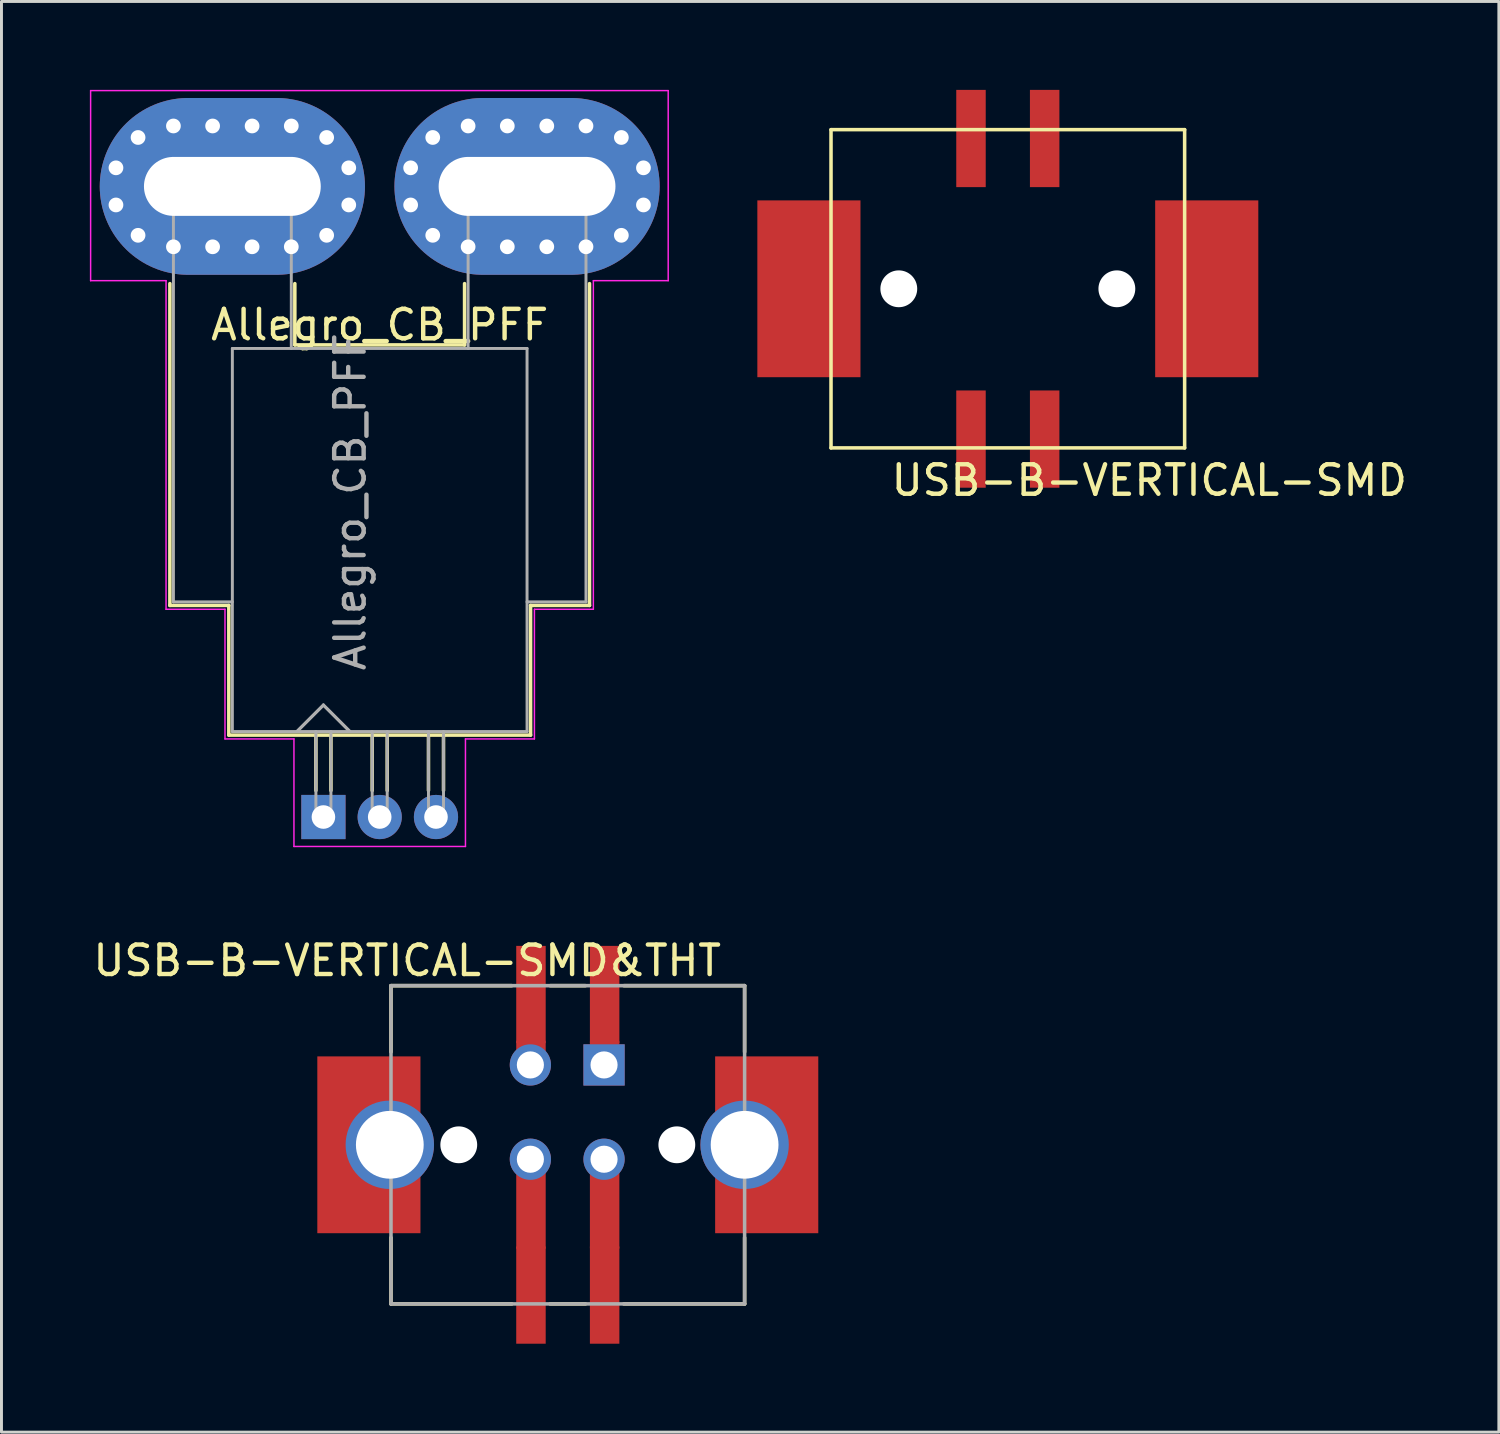
<source format=kicad_pcb>
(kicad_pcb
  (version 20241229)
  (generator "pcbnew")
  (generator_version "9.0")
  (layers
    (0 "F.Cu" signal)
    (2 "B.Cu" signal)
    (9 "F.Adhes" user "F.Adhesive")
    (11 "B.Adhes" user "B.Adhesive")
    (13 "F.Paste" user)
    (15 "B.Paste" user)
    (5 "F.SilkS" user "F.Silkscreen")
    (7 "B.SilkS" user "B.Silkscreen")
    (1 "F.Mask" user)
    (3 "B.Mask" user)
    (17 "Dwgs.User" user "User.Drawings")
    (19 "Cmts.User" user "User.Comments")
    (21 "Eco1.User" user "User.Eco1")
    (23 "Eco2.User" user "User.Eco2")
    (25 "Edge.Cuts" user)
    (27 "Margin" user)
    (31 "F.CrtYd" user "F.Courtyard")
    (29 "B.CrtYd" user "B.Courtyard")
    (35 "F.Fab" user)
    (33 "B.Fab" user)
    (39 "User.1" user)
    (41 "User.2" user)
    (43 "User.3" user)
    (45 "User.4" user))
  (footprint "USB-B-VERTICAL-SMD&THT"
    (layer "F.Cu")
    (at 16.218 35.798)
    (property "Reference" "USB-B-VERTICAL-SMD&THT" (at -5.45 -6.25 0) (layer "F.SilkS") (effects (font (size 1 1) (thickness 0.15))))
    (attr through_hole)
    (fp_poly (pts (xy -0.8 -3.1) (xy -1.7 -3.1) (xy -1.7 -3.5) (xy -0.8 -3.5)) (stroke (width 0.1) (type solid)) (fill yes) (layer "F.Cu"))
    (fp_poly (pts (xy -0.8 3.5) (xy -1.7 3.5) (xy -1.7 0.9) (xy -0.8 0.9)) (stroke (width 0.1) (type solid)) (fill yes) (layer "F.Cu"))
    (fp_poly (pts (xy 1.7 -3.1) (xy 0.8 -3.1) (xy 0.8 -3.5) (xy 1.7 -3.5)) (stroke (width 0.1) (type solid)) (fill yes) (layer "F.Cu"))
    (fp_poly (pts (xy 1.7 3.5) (xy 0.8 3.5) (xy 0.8 0.9) (xy 1.7 0.9)) (stroke (width 0.1) (type solid)) (fill yes) (layer "F.Cu"))
    (fp_line (start -6 -5.4) (end -6 -3.15) (stroke (width 0.12) (type solid)) (layer "F.SilkS"))
    (fp_line (start -6 -5.4) (end -1.9 -5.4) (stroke (width 0.12) (type solid)) (layer "F.SilkS"))
    (fp_line (start -6 3.15) (end -6 5.4) (stroke (width 0.12) (type solid)) (layer "F.SilkS"))
    (fp_line (start -6 5.4) (end -1.9 5.4) (stroke (width 0.12) (type solid)) (layer "F.SilkS"))
    (fp_line (start -0.6 -5.4) (end 0.6 -5.4) (stroke (width 0.12) (type solid)) (layer "F.SilkS"))
    (fp_line (start -0.6 5.4) (end 0.6 5.4) (stroke (width 0.12) (type solid)) (layer "F.SilkS"))
    (fp_line (start 6 -5.4) (end 1.9 -5.4) (stroke (width 0.12) (type solid)) (layer "F.SilkS"))
    (fp_line (start 6 -5.4) (end 6 -3.15) (stroke (width 0.12) (type solid)) (layer "F.SilkS"))
    (fp_line (start 6 3.15) (end 6 5.4) (stroke (width 0.12) (type solid)) (layer "F.SilkS"))
    (fp_line (start 6 5.4) (end 1.9 5.4) (stroke (width 0.12) (type solid)) (layer "F.SilkS"))
    (fp_line (start -6 -5.4) (end 6 -5.4) (stroke (width 0.12) (type solid)) (layer "F.Fab"))
    (fp_line (start -6 5.4) (end -6 -5.4) (stroke (width 0.12) (type solid)) (layer "F.Fab"))
    (fp_line (start 6 -5.4) (end 6 5.4) (stroke (width 0.12) (type solid)) (layer "F.Fab"))
    (fp_line (start 6 5.4) (end -6 5.4) (stroke (width 0.12) (type solid)) (layer "F.Fab"))
    (pad "" np_thru_hole circle (at -3.7 0) (size 1.25 1.25) (drill 1.25) (layers "*.Cu" "*.Mask"))
    (pad "" np_thru_hole circle (at 3.7 0) (size 1.25 1.25) (drill 1.25) (layers "*.Cu" "*.Mask"))
    (pad "1" thru_hole rect (at 1.23 -2.71) (size 1.4 1.4) (drill 0.92) (layers "*.Cu" "*.Mask"))
    (pad "1" smd rect (at 1.25 -5.1) (size 1 3.3) (layers "F.Cu" "F.Mask" "F.Paste"))
    (pad "2" thru_hole circle (at -1.27 -2.71) (size 1.4 1.4) (drill 0.92) (layers "*.Cu" "*.Mask"))
    (pad "2" smd rect (at -1.25 -5.1) (size 1 3.3) (layers "F.Cu" "F.Mask" "F.Paste"))
    (pad "3" thru_hole circle (at -1.27 0.49) (size 1.4 1.4) (drill 0.92) (layers "*.Cu" "*.Mask"))
    (pad "3" smd rect (at -1.25 5.1) (size 1 3.3) (layers "F.Cu" "F.Mask" "F.Paste"))
    (pad "4" thru_hole circle (at 1.23 0.49) (size 1.4 1.4) (drill 0.92) (layers "*.Cu" "*.Mask"))
    (pad "4" smd rect (at 1.25 5.1) (size 1 3.3) (layers "F.Cu" "F.Mask" "F.Paste"))
    (pad "5" smd rect (at -6.75 0) (size 3.5 6) (layers "F.Cu" "F.Mask" "F.Paste"))
    (pad "5" thru_hole circle (at -6.04 0) (size 3 3) (drill 2.3) (layers "*.Cu" "*.Mask"))
    (pad "5" thru_hole circle (at 6 0) (size 3 3) (drill 2.3) (layers "*.Cu" "*.Mask"))
    (pad "5" smd rect (at 6.75 0) (size 3.5 6) (layers "F.Cu" "F.Mask" "F.Paste")))
  (footprint "USB-B-VERTICAL-SMD"
    (layer "F.Cu")
    (at 31.15 6.75)
    (property "Reference" "USB-B-VERTICAL-SMD" (at 4.8 6.5 0) (layer "F.SilkS") (effects (font (size 1 1) (thickness 0.15))))
    (attr through_hole)
    (fp_line (start -6 -5.4) (end -6 5.4) (stroke (width 0.12) (type solid)) (layer "F.SilkS"))
    (fp_line (start -6 -5.4) (end 6 -5.4) (stroke (width 0.12) (type solid)) (layer "F.SilkS"))
    (fp_line (start -6 5.4) (end 6 5.4) (stroke (width 0.12) (type solid)) (layer "F.SilkS"))
    (fp_line (start 6 -5.4) (end 6 5.4) (stroke (width 0.12) (type solid)) (layer "F.SilkS"))
    (pad "" np_thru_hole circle (at -3.7 0) (size 1.25 1.25) (drill 1.25) (layers "*.Cu" "*.Mask"))
    (pad "" np_thru_hole circle (at 3.7 0) (size 1.25 1.25) (drill 1.25) (layers "*.Cu" "*.Mask"))
    (pad "1" smd rect (at 1.25 -5.1) (size 1 3.3) (layers "F.Cu" "F.Mask" "F.Paste"))
    (pad "2" smd rect (at -1.25 -5.1) (size 1 3.3) (layers "F.Cu" "F.Mask" "F.Paste"))
    (pad "3" smd rect (at -1.25 5.1) (size 1 3.3) (layers "F.Cu" "F.Mask" "F.Paste"))
    (pad "4" smd rect (at 1.25 5.1) (size 1 3.3) (layers "F.Cu" "F.Mask" "F.Paste"))
    (pad "5" smd rect (at -6.75 0) (size 3.5 6) (layers "F.Cu" "F.Mask" "F.Paste"))
    (pad "5" smd rect (at 6.75 0) (size 3.5 6) (layers "F.Cu" "F.Mask" "F.Paste")))
  (footprint "Allegro_CB_PFF"
    (layer "F.Cu")
    (at 7.925 24.675)
    (property "Reference" "Allegro_CB_PFF" (at 1.91 -16.7 0) (layer "F.SilkS") (effects (font (size 1 1) (thickness 0.15))))
    (attr through_hole)
    (fp_line (start -5.21 -7.18) (end -5.21 -18.1) (stroke (width 0.12) (type solid)) (layer "F.SilkS"))
    (fp_line (start -3.21 -7.18) (end -5.21 -7.18) (stroke (width 0.12) (type solid)) (layer "F.SilkS"))
    (fp_line (start -3.21 -2.78) (end -3.21 -7.18) (stroke (width 0.12) (type solid)) (layer "F.SilkS"))
    (fp_line (start -0.97 -16.02) (end -0.97 -18.1) (stroke (width 0.12) (type solid)) (layer "F.SilkS"))
    (fp_line (start -0.97 -16.02) (end 4.79 -16.02) (stroke (width 0.12) (type solid)) (layer "F.SilkS"))
    (fp_line (start -0.255 -2.78) (end -0.255 -0.9) (stroke (width 0.12) (type solid)) (layer "F.SilkS"))
    (fp_line (start 0.255 -2.78) (end 0.255 -0.9) (stroke (width 0.12) (type solid)) (layer "F.SilkS"))
    (fp_line (start 1.655 -2.78) (end 1.655 -0.9) (stroke (width 0.12) (type solid)) (layer "F.SilkS"))
    (fp_line (start 2.165 -2.78) (end 2.165 -0.9) (stroke (width 0.12) (type solid)) (layer "F.SilkS"))
    (fp_line (start 3.565 -2.78) (end 3.565 -0.9) (stroke (width 0.12) (type solid)) (layer "F.SilkS"))
    (fp_line (start 4.075 -2.78) (end 4.075 -0.9) (stroke (width 0.12) (type solid)) (layer "F.SilkS"))
    (fp_line (start 4.79 -16.02) (end 4.79 -18.1) (stroke (width 0.12) (type solid)) (layer "F.SilkS"))
    (fp_line (start 7.03 -7.18) (end 9.03 -7.18) (stroke (width 0.12) (type solid)) (layer "F.SilkS"))
    (fp_line (start 7.03 -2.78) (end -3.21 -2.78) (stroke (width 0.12) (type solid)) (layer "F.SilkS"))
    (fp_line (start 7.03 -2.78) (end 7.03 -7.18) (stroke (width 0.12) (type solid)) (layer "F.SilkS"))
    (fp_line (start 9.03 -7.18) (end 9.03 -18.1) (stroke (width 0.12) (type solid)) (layer "F.SilkS"))
    (fp_line (start -7.9 -24.65) (end 11.7 -24.65) (stroke (width 0.05) (type solid)) (layer "F.CrtYd"))
    (fp_line (start -7.9 -18.2) (end -7.9 -24.65) (stroke (width 0.05) (type solid)) (layer "F.CrtYd"))
    (fp_line (start -7.9 -18.2) (end -5.34 -18.2) (stroke (width 0.05) (type solid)) (layer "F.CrtYd"))
    (fp_line (start -5.34 -7.05) (end -5.34 -18.2) (stroke (width 0.05) (type solid)) (layer "F.CrtYd"))
    (fp_line (start -3.34 -7.05) (end -5.34 -7.05) (stroke (width 0.05) (type solid)) (layer "F.CrtYd"))
    (fp_line (start -3.34 -7.05) (end -3.34 -2.65) (stroke (width 0.05) (type solid)) (layer "F.CrtYd"))
    (fp_line (start -1 -2.65) (end -3.34 -2.65) (stroke (width 0.05) (type solid)) (layer "F.CrtYd"))
    (fp_line (start -1 -2.65) (end -1 1) (stroke (width 0.05) (type solid)) (layer "F.CrtYd"))
    (fp_line (start 4.82 -2.65) (end 4.82 1) (stroke (width 0.05) (type solid)) (layer "F.CrtYd"))
    (fp_line (start 4.82 -2.65) (end 7.16 -2.65) (stroke (width 0.05) (type solid)) (layer "F.CrtYd"))
    (fp_line (start 4.82 1) (end -1 1) (stroke (width 0.05) (type solid)) (layer "F.CrtYd"))
    (fp_line (start 7.16 -7.05) (end 7.16 -2.65) (stroke (width 0.05) (type solid)) (layer "F.CrtYd"))
    (fp_line (start 7.16 -7.05) (end 9.16 -7.05) (stroke (width 0.05) (type solid)) (layer "F.CrtYd"))
    (fp_line (start 9.16 -18.2) (end 11.7 -18.2) (stroke (width 0.05) (type solid)) (layer "F.CrtYd"))
    (fp_line (start 9.16 -7.05) (end 9.16 -18.2) (stroke (width 0.05) (type solid)) (layer "F.CrtYd"))
    (fp_line (start 11.7 -24.65) (end 11.7 -18.2) (stroke (width 0.05) (type solid)) (layer "F.CrtYd"))
    (fp_line (start -5.09 -21.9) (end -1.09 -21.9) (stroke (width 0.1) (type solid)) (layer "F.Fab"))
    (fp_line (start -5.09 -7.3) (end -5.09 -21.9) (stroke (width 0.1) (type solid)) (layer "F.Fab"))
    (fp_line (start -5.09 -7.3) (end -3.09 -7.3) (stroke (width 0.1) (type solid)) (layer "F.Fab"))
    (fp_line (start -3.09 -15.9) (end -3.09 -2.9) (stroke (width 0.1) (type solid)) (layer "F.Fab"))
    (fp_line (start -3.09 -15.9) (end 6.91 -15.9) (stroke (width 0.1) (type solid)) (layer "F.Fab"))
    (fp_line (start -1.09 -15.9) (end -1.09 -21.9) (stroke (width 0.1) (type solid)) (layer "F.Fab"))
    (fp_line (start -0.9 -2.9) (end 0 -3.8) (stroke (width 0.1) (type solid)) (layer "F.Fab"))
    (fp_line (start -0.9 -2.9) (end 0 -3.8) (stroke (width 0.1) (type solid)) (layer "F.Fab"))
    (fp_line (start -0.255 -2.9) (end -0.255 0.19) (stroke (width 0.1) (type solid)) (layer "F.Fab"))
    (fp_line (start 0 -3.8) (end 0.9 -2.9) (stroke (width 0.1) (type solid)) (layer "F.Fab"))
    (fp_line (start 0 -3.8) (end 0.9 -2.9) (stroke (width 0.1) (type solid)) (layer "F.Fab"))
    (fp_line (start 0.255 -2.9) (end 0.255 0.19) (stroke (width 0.1) (type solid)) (layer "F.Fab"))
    (fp_line (start 1.655 -2.9) (end 1.655 0.19) (stroke (width 0.1) (type solid)) (layer "F.Fab"))
    (fp_line (start 2.165 -2.9) (end 2.165 0.19) (stroke (width 0.1) (type solid)) (layer "F.Fab"))
    (fp_line (start 3.565 -2.9) (end 3.565 0.19) (stroke (width 0.1) (type solid)) (layer "F.Fab"))
    (fp_line (start 4.075 -2.9) (end 4.075 0.19) (stroke (width 0.1) (type solid)) (layer "F.Fab"))
    (fp_line (start 4.91 -15.9) (end 4.91 -21.9) (stroke (width 0.1) (type solid)) (layer "F.Fab"))
    (fp_line (start 6.91 -15.9) (end 6.91 -2.9) (stroke (width 0.1) (type solid)) (layer "F.Fab"))
    (fp_line (start 6.91 -7.3) (end 8.91 -7.3) (stroke (width 0.1) (type solid)) (layer "F.Fab"))
    (fp_line (start 6.91 -2.9) (end -3.09 -2.9) (stroke (width 0.1) (type solid)) (layer "F.Fab"))
    (fp_line (start 8.91 -21.9) (end 4.91 -21.9) (stroke (width 0.1) (type solid)) (layer "F.Fab"))
    (fp_line (start 8.91 -7.3) (end 8.91 -21.9) (stroke (width 0.1) (type solid)) (layer "F.Fab"))
    (fp_text user "${REFERENCE}" (at 0.91 -10.7 90) (layer "F.Fab") (effects (font (size 1 1) (thickness 0.15))))
    (pad "1" thru_hole rect (at 0 0) (size 1.5 1.5) (drill 0.8) (layers "*.Cu" "*.Mask"))
    (pad "2" thru_hole circle (at 1.91 0) (size 1.5 1.5) (drill 0.8) (layers "*.Cu" "*.Mask"))
    (pad "3" thru_hole circle (at 3.82 0) (size 1.5 1.5) (drill 0.8) (layers "*.Cu" "*.Mask"))
    (pad "4" thru_hole oval (at 2.96 -22.03 65) (size 0.8 0.8) (drill 0.5) (layers "*.Cu" "*.Mask"))
    (pad "4" thru_hole oval (at 2.96 -20.77 295) (size 0.8 0.8) (drill 0.5) (layers "*.Cu" "*.Mask"))
    (pad "4" thru_hole circle (at 3.71 -23.06) (size 0.8 0.8) (drill 0.5) (layers "*.Cu" "*.Mask"))
    (pad "4" thru_hole circle (at 3.71 -19.74) (size 0.8 0.8) (drill 0.5) (layers "*.Cu" "*.Mask"))
    (pad "4" thru_hole circle (at 4.91 -23.45) (size 0.8 0.8) (drill 0.5) (layers "*.Cu" "*.Mask"))
    (pad "4" thru_hole circle (at 4.91 -19.35) (size 0.8 0.8) (drill 0.5) (layers "*.Cu" "*.Mask"))
    (pad "4" thru_hole circle (at 6.24 -23.45) (size 0.8 0.8) (drill 0.5) (layers "*.Cu" "*.Mask"))
    (pad "4" thru_hole circle (at 6.24 -19.35) (size 0.8 0.8) (drill 0.5) (layers "*.Cu" "*.Mask"))
    (pad "4" thru_hole oval (at 6.91 -21.4) (size 9 6) (drill oval 6 2) (layers "*.Cu" "*.Mask"))
    (pad "4" thru_hole circle (at 7.58 -23.45) (size 0.8 0.8) (drill 0.5) (layers "*.Cu" "*.Mask"))
    (pad "4" thru_hole circle (at 7.58 -19.35) (size 0.8 0.8) (drill 0.5) (layers "*.Cu" "*.Mask"))
    (pad "4" thru_hole circle (at 8.91 -23.45) (size 0.8 0.8) (drill 0.5) (layers "*.Cu" "*.Mask"))
    (pad "4" thru_hole circle (at 8.91 -19.35) (size 0.8 0.8) (drill 0.5) (layers "*.Cu" "*.Mask"))
    (pad "4" thru_hole circle (at 10.11 -23.06) (size 0.8 0.8) (drill 0.5) (layers "*.Cu" "*.Mask"))
    (pad "4" thru_hole circle (at 10.11 -19.74) (size 0.8 0.8) (drill 0.5) (layers "*.Cu" "*.Mask"))
    (pad "4" thru_hole circle (at 10.86 -22.03) (size 0.8 0.8) (drill 0.5) (layers "*.Cu" "*.Mask"))
    (pad "4" thru_hole circle (at 10.86 -20.77) (size 0.8 0.8) (drill 0.5) (layers "*.Cu" "*.Mask"))
    (pad "5" thru_hole circle (at -7.04 -22.03) (size 0.8 0.8) (drill 0.5) (layers "*.Cu" "*.Mask"))
    (pad "5" thru_hole circle (at -7.04 -20.77) (size 0.8 0.8) (drill 0.5) (layers "*.Cu" "*.Mask"))
    (pad "5" thru_hole circle (at -6.29 -23.06) (size 0.8 0.8) (drill 0.5) (layers "*.Cu" "*.Mask"))
    (pad "5" thru_hole circle (at -6.29 -19.74) (size 0.8 0.8) (drill 0.5) (layers "*.Cu" "*.Mask"))
    (pad "5" thru_hole circle (at -5.09 -23.45) (size 0.8 0.8) (drill 0.5) (layers "*.Cu" "*.Mask"))
    (pad "5" thru_hole circle (at -5.09 -19.35) (size 0.8 0.8) (drill 0.5) (layers "*.Cu" "*.Mask"))
    (pad "5" thru_hole circle (at -3.76 -23.45) (size 0.8 0.8) (drill 0.5) (layers "*.Cu" "*.Mask"))
    (pad "5" thru_hole circle (at -3.76 -19.35) (size 0.8 0.8) (drill 0.5) (layers "*.Cu" "*.Mask"))
    (pad "5" thru_hole oval (at -3.09 -21.4) (size 9 6) (drill oval 6 2) (layers "*.Cu" "*.Mask"))
    (pad "5" thru_hole circle (at -2.42 -23.45) (size 0.8 0.8) (drill 0.5) (layers "*.Cu" "*.Mask"))
    (pad "5" thru_hole circle (at -2.42 -19.35) (size 0.8 0.8) (drill 0.5) (layers "*.Cu" "*.Mask"))
    (pad "5" thru_hole circle (at -1.09 -23.45) (size 0.8 0.8) (drill 0.5) (layers "*.Cu" "*.Mask"))
    (pad "5" thru_hole circle (at -1.09 -19.35) (size 0.8 0.8) (drill 0.5) (layers "*.Cu" "*.Mask"))
    (pad "5" thru_hole circle (at 0.11 -23.06) (size 0.8 0.8) (drill 0.5) (layers "*.Cu" "*.Mask"))
    (pad "5" thru_hole circle (at 0.11 -19.74) (size 0.8 0.8) (drill 0.5) (layers "*.Cu" "*.Mask"))
    (pad "5" thru_hole oval (at 0.86 -22.03 295) (size 0.8 0.8) (drill 0.5) (layers "*.Cu" "*.Mask"))
    (pad "5" thru_hole oval (at 0.86 -20.77 65) (size 0.8 0.8) (drill 0.5) (layers "*.Cu" "*.Mask")))
  (gr_rect
    (start -3 -3)
    (end 47.813 45.548)
    (stroke (width 0.1) (type default))
    (fill no)
    (layer "Edge.Cuts")))
</source>
